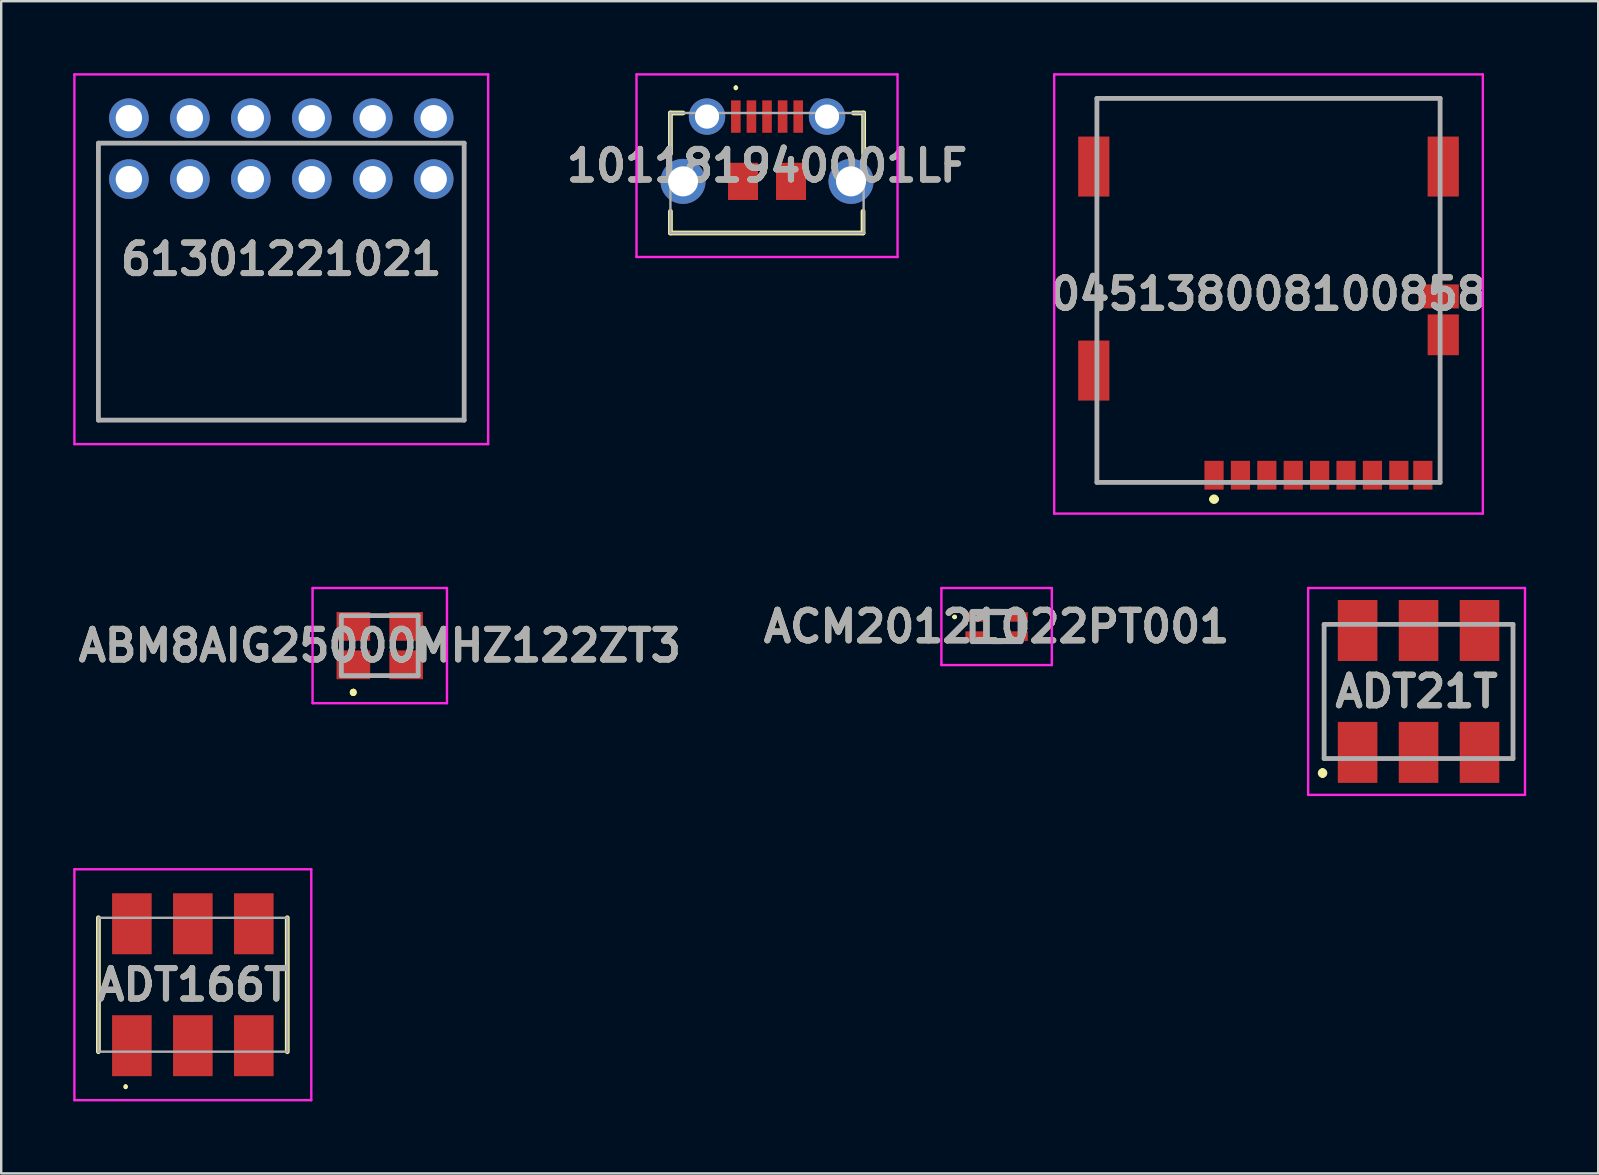
<source format=kicad_pcb>
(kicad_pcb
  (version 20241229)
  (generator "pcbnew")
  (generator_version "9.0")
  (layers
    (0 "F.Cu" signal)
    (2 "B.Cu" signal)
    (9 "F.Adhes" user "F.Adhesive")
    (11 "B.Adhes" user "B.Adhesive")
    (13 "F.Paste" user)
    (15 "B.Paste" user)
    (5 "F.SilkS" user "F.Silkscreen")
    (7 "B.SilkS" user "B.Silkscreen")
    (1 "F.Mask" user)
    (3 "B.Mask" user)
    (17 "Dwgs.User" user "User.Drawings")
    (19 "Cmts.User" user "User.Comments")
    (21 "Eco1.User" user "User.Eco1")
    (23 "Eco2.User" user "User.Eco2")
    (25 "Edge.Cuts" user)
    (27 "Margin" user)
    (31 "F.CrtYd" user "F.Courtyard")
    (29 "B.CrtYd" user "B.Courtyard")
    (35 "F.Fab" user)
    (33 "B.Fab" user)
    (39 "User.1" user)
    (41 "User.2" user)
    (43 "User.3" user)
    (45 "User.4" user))
  (footprint "045138008100858"
    (layer "F.Cu")
    (at 49.804 9.2)
    (property "Reference" "045138008100858" (at 0 0 0) (layer "F.SilkS") (effects (font (size 1.27 1.27) (thickness 0.254))))
    (attr smd)
    (fp_line (start -7.15 -8.15) (end 7.15 -8.15) (stroke (width 0.1) (type solid)) (layer "F.SilkS"))
    (fp_line (start -7.15 -7.15) (end -7.15 -8.15) (stroke (width 0.1) (type solid)) (layer "F.SilkS"))
    (fp_line (start -7.15 7.85) (end -7.15 4.85) (stroke (width 0.1) (type solid)) (layer "F.SilkS"))
    (fp_line (start -2.97 7.85) (end -7.15 7.85) (stroke (width 0.1) (type solid)) (layer "F.SilkS"))
    (fp_line (start -2.37 8.55) (end -2.37 8.55) (stroke (width 0.2) (type solid)) (layer "F.SilkS"))
    (fp_line (start -2.17 8.55) (end -2.17 8.55) (stroke (width 0.2) (type solid)) (layer "F.SilkS"))
    (fp_line (start 7.15 -8.15) (end 7.15 -7.15) (stroke (width 0.1) (type solid)) (layer "F.SilkS"))
    (fp_line (start 7.15 6.35) (end 7.15 2.85) (stroke (width 0.1) (type solid)) (layer "F.SilkS"))
    (fp_line (start 7.15 6.35) (end 7.15 7.85) (stroke (width 0.1) (type solid)) (layer "F.SilkS"))
    (fp_arc (start -2.37 8.55) (mid -2.27 8.45) (end -2.17 8.55) (stroke (width 0.2) (type solid)) (layer "F.SilkS"))
    (fp_arc (start -2.17 8.55) (mid -2.27 8.65) (end -2.37 8.55) (stroke (width 0.2) (type solid)) (layer "F.SilkS"))
    (fp_line (start -8.93 -9.15) (end 8.93 -9.15) (stroke (width 0.1) (type solid)) (layer "F.CrtYd"))
    (fp_line (start -8.93 9.15) (end -8.93 -9.15) (stroke (width 0.1) (type solid)) (layer "F.CrtYd"))
    (fp_line (start 8.93 -9.15) (end 8.93 9.15) (stroke (width 0.1) (type solid)) (layer "F.CrtYd"))
    (fp_line (start 8.93 9.15) (end -8.93 9.15) (stroke (width 0.1) (type solid)) (layer "F.CrtYd"))
    (fp_line (start -7.15 -8.15) (end 7.15 -8.15) (stroke (width 0.2) (type solid)) (layer "F.Fab"))
    (fp_line (start -7.15 7.85) (end -7.15 -8.15) (stroke (width 0.2) (type solid)) (layer "F.Fab"))
    (fp_line (start 7.15 -8.15) (end 7.15 7.85) (stroke (width 0.2) (type solid)) (layer "F.Fab"))
    (fp_line (start 7.15 7.85) (end -7.15 7.85) (stroke (width 0.2) (type solid)) (layer "F.Fab"))
    (fp_text user "${REFERENCE}" (at 0 0 0) (layer "F.Fab") (effects (font (size 1.27 1.27) (thickness 0.254))))
    (pad "1" smd rect (at -2.27 7.55) (size 0.8 1.2) (layers "F.Cu" "F.Mask" "F.Paste"))
    (pad "2" smd rect (at -1.17 7.55) (size 0.8 1.2) (layers "F.Cu" "F.Mask" "F.Paste"))
    (pad "3" smd rect (at -0.07 7.55) (size 0.8 1.2) (layers "F.Cu" "F.Mask" "F.Paste"))
    (pad "4" smd rect (at 1.03 7.55) (size 0.8 1.2) (layers "F.Cu" "F.Mask" "F.Paste"))
    (pad "5" smd rect (at 2.13 7.55) (size 0.8 1.2) (layers "F.Cu" "F.Mask" "F.Paste"))
    (pad "6" smd rect (at 3.23 7.55) (size 0.8 1.2) (layers "F.Cu" "F.Mask" "F.Paste"))
    (pad "7" smd rect (at 4.33 7.55) (size 0.8 1.2) (layers "F.Cu" "F.Mask" "F.Paste"))
    (pad "8" smd rect (at 5.43 7.55) (size 0.8 1.2) (layers "F.Cu" "F.Mask" "F.Paste"))
    (pad "9" smd rect (at 6.43 7.55) (size 0.8 1.2) (layers "F.Cu" "F.Mask" "F.Paste"))
    (pad "10" smd rect (at -7.28 3.19) (size 1.3 2.5) (layers "F.Cu" "F.Mask" "F.Paste"))
    (pad "11" smd rect (at -7.28 -5.31) (size 1.3 2.5) (layers "F.Cu" "F.Mask" "F.Paste"))
    (pad "12" smd rect (at 7.28 -5.31) (size 1.3 2.5) (layers "F.Cu" "F.Mask" "F.Paste"))
    (pad "13" smd rect (at 7.28 1.7) (size 1.3 1.7) (layers "F.Cu" "F.Mask" "F.Paste"))
    (pad "CD1" smd rect (at 7.08 0.1 90) (size 1 1.7) (layers "F.Cu" "F.Mask" "F.Paste")))
  (footprint "101181940001LF"
    (layer "F.Cu")
    (at 28.909 4.157)
    (property "Reference" "101181940001LF" (at 0 -0.304 0) (layer "F.SilkS") (effects (font (size 1.27 1.27) (thickness 0.254))))
    (attr through_hole)
    (fp_line (start -4.025 -2.5) (end -3.5 -2.5) (stroke (width 0.2) (type solid)) (layer "F.SilkS"))
    (fp_line (start -4.025 -0.8) (end -4.025 -2.5) (stroke (width 0.2) (type solid)) (layer "F.SilkS"))
    (fp_line (start -4.025 1.6) (end -4.025 2.5) (stroke (width 0.2) (type solid)) (layer "F.SilkS"))
    (fp_line (start -4.025 2.5) (end 4 2.5) (stroke (width 0.2) (type solid)) (layer "F.SilkS"))
    (fp_line (start -1.3 -3.6) (end -1.3 -3.6) (stroke (width 0.1) (type solid)) (layer "F.SilkS"))
    (fp_line (start -1.3 -3.5) (end -1.3 -3.5) (stroke (width 0.1) (type solid)) (layer "F.SilkS"))
    (fp_line (start 3.6 -2.5) (end 4.025 -2.5) (stroke (width 0.2) (type solid)) (layer "F.SilkS"))
    (fp_line (start 4 2.5) (end 4 1.6) (stroke (width 0.2) (type solid)) (layer "F.SilkS"))
    (fp_line (start 4.025 -2.5) (end 4.025 -0.8) (stroke (width 0.2) (type solid)) (layer "F.SilkS"))
    (fp_arc (start -1.3 -3.6) (mid -1.25 -3.55) (end -1.3 -3.5) (stroke (width 0.1) (type solid)) (layer "F.SilkS"))
    (fp_arc (start -1.3 -3.5) (mid -1.35 -3.55) (end -1.3 -3.6) (stroke (width 0.1) (type solid)) (layer "F.SilkS"))
    (fp_line (start -5.438 -4.107) (end 5.438 -4.107) (stroke (width 0.1) (type solid)) (layer "F.CrtYd"))
    (fp_line (start -5.438 3.5) (end -5.438 -4.107) (stroke (width 0.1) (type solid)) (layer "F.CrtYd"))
    (fp_line (start 5.438 -4.107) (end 5.438 3.5) (stroke (width 0.1) (type solid)) (layer "F.CrtYd"))
    (fp_line (start 5.438 3.5) (end -5.438 3.5) (stroke (width 0.1) (type solid)) (layer "F.CrtYd"))
    (fp_line (start -4.025 -2.5) (end -4.025 2.5) (stroke (width 0.1) (type solid)) (layer "F.Fab"))
    (fp_line (start -4.025 2.5) (end 4.025 2.5) (stroke (width 0.1) (type solid)) (layer "F.Fab"))
    (fp_line (start 4.025 -2.5) (end -4.025 -2.5) (stroke (width 0.1) (type solid)) (layer "F.Fab"))
    (fp_line (start 4.025 2.5) (end 4.025 -2.5) (stroke (width 0.1) (type solid)) (layer "F.Fab"))
    (fp_text user "${REFERENCE}" (at 0 -0.304 0) (layer "F.Fab") (effects (font (size 1.27 1.27) (thickness 0.254))))
    (pad "1" smd rect (at -1.3 -2.35) (size 0.4 1.35) (layers "F.Cu" "F.Mask" "F.Paste"))
    (pad "2" smd rect (at -0.65 -2.35) (size 0.4 1.35) (layers "F.Cu" "F.Mask" "F.Paste"))
    (pad "3" smd rect (at 0 -2.35) (size 0.4 1.35) (layers "F.Cu" "F.Mask" "F.Paste"))
    (pad "4" smd rect (at 0.65 -2.35) (size 0.4 1.35) (layers "F.Cu" "F.Mask" "F.Paste"))
    (pad "5" smd rect (at 1.3 -2.35) (size 0.4 1.35) (layers "F.Cu" "F.Mask" "F.Paste"))
    (pad "MH1" thru_hole circle (at -2.5 -2.35) (size 1.515 1.515) (drill 1.01) (layers "*.Cu" "*.Mask"))
    (pad "MH2" thru_hole circle (at -3.5 0.35) (size 1.875 1.875) (drill 1.25) (layers "*.Cu" "*.Mask"))
    (pad "MH3" thru_hole circle (at 3.5 0.35) (size 1.875 1.875) (drill 1.25) (layers "*.Cu" "*.Mask"))
    (pad "MH4" thru_hole circle (at 2.5 -2.35) (size 1.515 1.515) (drill 1.01) (layers "*.Cu" "*.Mask"))
    (pad "MP1" smd rect (at -1 0.35) (size 1.25 1.55) (layers "F.Cu" "F.Mask" "F.Paste"))
    (pad "MP2" smd rect (at 1 0.35) (size 1.25 1.55) (layers "F.Cu" "F.Mask" "F.Paste")))
  (footprint "ACM20121022PT001"
    (layer "F.Cu")
    (at 38.475 23.055)
    (property "Reference" "ACM20121022PT001" (at 0 0 0) (layer "F.SilkS") (effects (font (size 1.27 1.27) (thickness 0.254))))
    (attr smd)
    (fp_line (start -1.8 -0.4) (end -1.8 -0.4) (stroke (width 0.1) (type solid)) (layer "F.SilkS"))
    (fp_line (start -1.7 -0.4) (end -1.7 -0.4) (stroke (width 0.1) (type solid)) (layer "F.SilkS"))
    (fp_line (start -0.2 -0.605) (end 0.2 -0.605) (stroke (width 0.254) (type solid)) (layer "F.SilkS"))
    (fp_line (start -0.2 0.605) (end 0.2 0.605) (stroke (width 0.254) (type solid)) (layer "F.SilkS"))
    (fp_arc (start -1.8 -0.4) (mid -1.75 -0.45) (end -1.7 -0.4) (stroke (width 0.1) (type solid)) (layer "F.SilkS"))
    (fp_arc (start -1.7 -0.4) (mid -1.75 -0.35) (end -1.8 -0.4) (stroke (width 0.1) (type solid)) (layer "F.SilkS"))
    (fp_line (start -2.3 -1.605) (end 2.3 -1.605) (stroke (width 0.1) (type solid)) (layer "F.CrtYd"))
    (fp_line (start -2.3 1.605) (end -2.3 -1.605) (stroke (width 0.1) (type solid)) (layer "F.CrtYd"))
    (fp_line (start 2.3 -1.605) (end 2.3 1.605) (stroke (width 0.1) (type solid)) (layer "F.CrtYd"))
    (fp_line (start 2.3 1.605) (end -2.3 1.605) (stroke (width 0.1) (type solid)) (layer "F.CrtYd"))
    (fp_line (start -1 -0.605) (end 1 -0.605) (stroke (width 0.254) (type solid)) (layer "F.Fab"))
    (fp_line (start -1 0.605) (end -1 -0.605) (stroke (width 0.254) (type solid)) (layer "F.Fab"))
    (fp_line (start 1 -0.605) (end 1 0.605) (stroke (width 0.254) (type solid)) (layer "F.Fab"))
    (fp_line (start 1 0.605) (end -1 0.605) (stroke (width 0.254) (type solid)) (layer "F.Fab"))
    (fp_text user "${REFERENCE}" (at 0 0 0) (layer "F.Fab") (effects (font (size 1.27 1.27) (thickness 0.254))))
    (pad "1" smd rect (at -0.925 -0.4 90) (size 0.4 0.75) (layers "F.Cu" "F.Mask" "F.Paste"))
    (pad "2" smd rect (at -0.925 0.4 90) (size 0.4 0.75) (layers "F.Cu" "F.Mask" "F.Paste"))
    (pad "3" smd rect (at 0.925 0.4 90) (size 0.4 0.75) (layers "F.Cu" "F.Mask" "F.Paste"))
    (pad "4" smd rect (at 0.925 -0.4 90) (size 0.4 0.75) (layers "F.Cu" "F.Mask" "F.Paste")))
  (footprint "61301221021"
    (layer "F.Cu")
    (at 2.32 4.415)
    (property "Reference" "61301221021" (at 6.35 3.337 0) (layer "F.SilkS") (effects (font (size 1.27 1.27) (thickness 0.254))))
    (attr through_hole)
    (fp_line (start -1.27 -1.5) (end 13.97 -1.5) (stroke (width 0.1) (type solid)) (layer "F.SilkS"))
    (fp_line (start -1.27 10.04) (end -1.27 -1.5) (stroke (width 0.1) (type solid)) (layer "F.SilkS"))
    (fp_line (start 13.97 -1.5) (end 13.97 10.04) (stroke (width 0.1) (type solid)) (layer "F.SilkS"))
    (fp_line (start 13.97 10.04) (end -1.27 10.04) (stroke (width 0.1) (type solid)) (layer "F.SilkS"))
    (fp_line (start -2.27 -4.365) (end 14.97 -4.365) (stroke (width 0.1) (type solid)) (layer "F.CrtYd"))
    (fp_line (start -2.27 11.04) (end -2.27 -4.365) (stroke (width 0.1) (type solid)) (layer "F.CrtYd"))
    (fp_line (start 14.97 -4.365) (end 14.97 11.04) (stroke (width 0.1) (type solid)) (layer "F.CrtYd"))
    (fp_line (start 14.97 11.04) (end -2.27 11.04) (stroke (width 0.1) (type solid)) (layer "F.CrtYd"))
    (fp_line (start -1.27 -1.5) (end 13.97 -1.5) (stroke (width 0.2) (type solid)) (layer "F.Fab"))
    (fp_line (start -1.27 10.04) (end -1.27 -1.5) (stroke (width 0.2) (type solid)) (layer "F.Fab"))
    (fp_line (start 13.97 -1.5) (end 13.97 10.04) (stroke (width 0.2) (type solid)) (layer "F.Fab"))
    (fp_line (start 13.97 10.04) (end -1.27 10.04) (stroke (width 0.2) (type solid)) (layer "F.Fab"))
    (fp_text user "${REFERENCE}" (at 6.35 3.337 0) (layer "F.Fab") (effects (font (size 1.27 1.27) (thickness 0.254))))
    (pad "1" thru_hole circle (at 0 0) (size 1.65 1.65) (drill 1.1) (layers "*.Cu" "*.Mask"))
    (pad "2" thru_hole circle (at 0 -2.54) (size 1.65 1.65) (drill 1.1) (layers "*.Cu" "*.Mask"))
    (pad "3" thru_hole circle (at 2.54 0) (size 1.65 1.65) (drill 1.1) (layers "*.Cu" "*.Mask"))
    (pad "4" thru_hole circle (at 2.54 -2.54) (size 1.65 1.65) (drill 1.1) (layers "*.Cu" "*.Mask"))
    (pad "5" thru_hole circle (at 5.08 0) (size 1.65 1.65) (drill 1.1) (layers "*.Cu" "*.Mask"))
    (pad "6" thru_hole circle (at 5.08 -2.54) (size 1.65 1.65) (drill 1.1) (layers "*.Cu" "*.Mask"))
    (pad "7" thru_hole circle (at 7.62 0) (size 1.65 1.65) (drill 1.1) (layers "*.Cu" "*.Mask"))
    (pad "8" thru_hole circle (at 7.62 -2.54) (size 1.65 1.65) (drill 1.1) (layers "*.Cu" "*.Mask"))
    (pad "9" thru_hole circle (at 10.16 0) (size 1.65 1.65) (drill 1.1) (layers "*.Cu" "*.Mask"))
    (pad "10" thru_hole circle (at 10.16 -2.54) (size 1.65 1.65) (drill 1.1) (layers "*.Cu" "*.Mask"))
    (pad "11" thru_hole circle (at 12.7 0) (size 1.65 1.65) (drill 1.1) (layers "*.Cu" "*.Mask"))
    (pad "12" thru_hole circle (at 12.7 -2.54) (size 1.65 1.65) (drill 1.1) (layers "*.Cu" "*.Mask")))
  (footprint "ADT21T"
    (layer "F.Cu")
    (at 56.056 25.76)
    (property "Reference" "ADT21T" (at -0.083 0 0) (layer "F.SilkS") (effects (font (size 1.27 1.27) (thickness 0.254))))
    (attr smd)
    (fp_line (start -4 3.3) (end -4 3.3) (stroke (width 0.2) (type solid)) (layer "F.SilkS"))
    (fp_line (start -4 3.5) (end -4 3.5) (stroke (width 0.2) (type solid)) (layer "F.SilkS"))
    (fp_line (start -3.935 -2.795) (end -3.935 2.795) (stroke (width 0.1) (type solid)) (layer "F.SilkS"))
    (fp_line (start 3.935 -2.795) (end 3.935 2.795) (stroke (width 0.1) (type solid)) (layer "F.SilkS"))
    (fp_arc (start -4 3.3) (mid -3.9 3.4) (end -4 3.5) (stroke (width 0.2) (type solid)) (layer "F.SilkS"))
    (fp_arc (start -4 3.5) (mid -4.1 3.4) (end -4 3.3) (stroke (width 0.2) (type solid)) (layer "F.SilkS"))
    (fp_line (start -4.6 -4.31) (end 4.435 -4.31) (stroke (width 0.1) (type solid)) (layer "F.CrtYd"))
    (fp_line (start -4.6 4.31) (end -4.6 -4.31) (stroke (width 0.1) (type solid)) (layer "F.CrtYd"))
    (fp_line (start 4.435 -4.31) (end 4.435 4.31) (stroke (width 0.1) (type solid)) (layer "F.CrtYd"))
    (fp_line (start 4.435 4.31) (end -4.6 4.31) (stroke (width 0.1) (type solid)) (layer "F.CrtYd"))
    (fp_line (start -3.935 -2.795) (end 3.935 -2.795) (stroke (width 0.2) (type solid)) (layer "F.Fab"))
    (fp_line (start -3.935 2.795) (end -3.935 -2.795) (stroke (width 0.2) (type solid)) (layer "F.Fab"))
    (fp_line (start 3.935 -2.795) (end 3.935 2.795) (stroke (width 0.2) (type solid)) (layer "F.Fab"))
    (fp_line (start 3.935 2.795) (end -3.935 2.795) (stroke (width 0.2) (type solid)) (layer "F.Fab"))
    (fp_text user "${REFERENCE}" (at -0.083 0 0) (layer "F.Fab") (effects (font (size 1.27 1.27) (thickness 0.254))))
    (pad "1" smd rect (at -2.54 2.54) (size 1.65 2.54) (layers "F.Cu" "F.Mask" "F.Paste"))
    (pad "2" smd rect (at 0 2.54) (size 1.65 2.54) (layers "F.Cu" "F.Mask" "F.Paste"))
    (pad "3" smd rect (at 2.54 2.54) (size 1.65 2.54) (layers "F.Cu" "F.Mask" "F.Paste"))
    (pad "4" smd rect (at 2.54 -2.54) (size 1.65 2.54) (layers "F.Cu" "F.Mask" "F.Paste"))
    (pad "5" smd rect (at 0 -2.54) (size 1.65 2.54) (layers "F.Cu" "F.Mask" "F.Paste"))
    (pad "6" smd rect (at -2.54 -2.54) (size 1.65 2.54) (layers "F.Cu" "F.Mask" "F.Paste")))
  (footprint "ADT166T"
    (layer "F.Cu")
    (at 4.985 37.98)
    (property "Reference" "ADT166T" (at 0 0 0) (layer "F.SilkS") (effects (font (size 1.27 1.27) (thickness 0.254))))
    (attr smd)
    (fp_line (start -3.935 2.79) (end -3.935 -2.79) (stroke (width 0.2) (type solid)) (layer "F.SilkS"))
    (fp_line (start -2.8 4.2) (end -2.8 4.2) (stroke (width 0.1) (type solid)) (layer "F.SilkS"))
    (fp_line (start -2.8 4.3) (end -2.8 4.3) (stroke (width 0.1) (type solid)) (layer "F.SilkS"))
    (fp_line (start 3.935 -2.79) (end 3.935 2.79) (stroke (width 0.2) (type solid)) (layer "F.SilkS"))
    (fp_arc (start -2.8 4.2) (mid -2.75 4.25) (end -2.8 4.3) (stroke (width 0.1) (type solid)) (layer "F.SilkS"))
    (fp_arc (start -2.8 4.3) (mid -2.85 4.25) (end -2.8 4.2) (stroke (width 0.1) (type solid)) (layer "F.SilkS"))
    (fp_line (start -4.935 -4.81) (end 4.935 -4.81) (stroke (width 0.1) (type solid)) (layer "F.CrtYd"))
    (fp_line (start -4.935 4.81) (end -4.935 -4.81) (stroke (width 0.1) (type solid)) (layer "F.CrtYd"))
    (fp_line (start 4.935 -4.81) (end 4.935 4.81) (stroke (width 0.1) (type solid)) (layer "F.CrtYd"))
    (fp_line (start 4.935 4.81) (end -4.935 4.81) (stroke (width 0.1) (type solid)) (layer "F.CrtYd"))
    (fp_line (start -3.935 -2.79) (end 3.935 -2.79) (stroke (width 0.1) (type solid)) (layer "F.Fab"))
    (fp_line (start -3.935 2.79) (end -3.935 -2.79) (stroke (width 0.1) (type solid)) (layer "F.Fab"))
    (fp_line (start 3.935 -2.79) (end 3.935 2.79) (stroke (width 0.1) (type solid)) (layer "F.Fab"))
    (fp_line (start 3.935 2.79) (end -3.935 2.79) (stroke (width 0.1) (type solid)) (layer "F.Fab"))
    (fp_text user "${REFERENCE}" (at 0 0 0) (layer "F.Fab") (effects (font (size 1.27 1.27) (thickness 0.254))))
    (pad "1" smd rect (at -2.54 2.54) (size 1.65 2.54) (layers "F.Cu" "F.Mask" "F.Paste"))
    (pad "2" smd rect (at 0 2.54) (size 1.65 2.54) (layers "F.Cu" "F.Mask" "F.Paste"))
    (pad "3" smd rect (at 2.54 2.54) (size 1.65 2.54) (layers "F.Cu" "F.Mask" "F.Paste"))
    (pad "4" smd rect (at 2.54 -2.54) (size 1.65 2.54) (layers "F.Cu" "F.Mask" "F.Paste"))
    (pad "5" smd rect (at 0 -2.54) (size 1.65 2.54) (layers "F.Cu" "F.Mask" "F.Paste"))
    (pad "6" smd rect (at -2.54 -2.54) (size 1.65 2.54) (layers "F.Cu" "F.Mask" "F.Paste")))
  (footprint "ABM8AIG25000MHZ122ZT3"
    (layer "F.Cu")
    (at 12.773 23.85)
    (property "Reference" "ABM8AIG25000MHZ122ZT3" (at 0 0 0) (layer "F.SilkS") (effects (font (size 1.27 1.27) (thickness 0.254))))
    (attr smd)
    (fp_line (start -1.1 1.9) (end -1.1 1.9) (stroke (width 0.2) (type solid)) (layer "F.SilkS"))
    (fp_line (start -1.1 1.9) (end -1.1 1.9) (stroke (width 0.2) (type solid)) (layer "F.SilkS"))
    (fp_line (start -1.1 2) (end -1.1 2) (stroke (width 0.2) (type solid)) (layer "F.SilkS"))
    (fp_arc (start -1.1 1.9) (mid -1.05 1.95) (end -1.1 2) (stroke (width 0.2) (type solid)) (layer "F.SilkS"))
    (fp_arc (start -1.1 2) (mid -1.15 1.95) (end -1.1 1.9) (stroke (width 0.2) (type solid)) (layer "F.SilkS"))
    (fp_arc (start -1.1 2) (mid -1.15 1.95) (end -1.1 1.9) (stroke (width 0.2) (type solid)) (layer "F.SilkS"))
    (fp_line (start -2.8 -2.4) (end 2.8 -2.4) (stroke (width 0.1) (type solid)) (layer "F.CrtYd"))
    (fp_line (start -2.8 2.4) (end -2.8 -2.4) (stroke (width 0.1) (type solid)) (layer "F.CrtYd"))
    (fp_line (start 2.8 -2.4) (end 2.8 2.4) (stroke (width 0.1) (type solid)) (layer "F.CrtYd"))
    (fp_line (start 2.8 2.4) (end -2.8 2.4) (stroke (width 0.1) (type solid)) (layer "F.CrtYd"))
    (fp_line (start -1.6 -1.25) (end -1.6 1.25) (stroke (width 0.2) (type solid)) (layer "F.Fab"))
    (fp_line (start -1.6 1.25) (end 1.6 1.25) (stroke (width 0.2) (type solid)) (layer "F.Fab"))
    (fp_line (start 1.6 -1.25) (end -1.6 -1.25) (stroke (width 0.2) (type solid)) (layer "F.Fab"))
    (fp_line (start 1.6 1.25) (end 1.6 -1.25) (stroke (width 0.2) (type solid)) (layer "F.Fab"))
    (fp_text user "${REFERENCE}" (at 0 0 0) (layer "F.Fab") (effects (font (size 1.27 1.27) (thickness 0.254))))
    (pad "1" smd rect (at -1.1 0.8 90) (size 1.2 1.4) (layers "F.Cu" "F.Mask" "F.Paste"))
    (pad "2" smd rect (at 1.1 0.8 90) (size 1.2 1.4) (layers "F.Cu" "F.Mask" "F.Paste"))
    (pad "3" smd rect (at 1.1 -0.8 90) (size 1.2 1.4) (layers "F.Cu" "F.Mask" "F.Paste"))
    (pad "4" smd rect (at -1.1 -0.8 90) (size 1.2 1.4) (layers "F.Cu" "F.Mask" "F.Paste")))
  (gr_rect
    (start -3 -3)
    (end 63.541 45.84)
    (stroke (width 0.1) (type default))
    (fill no)
    (layer "Edge.Cuts")))
</source>
